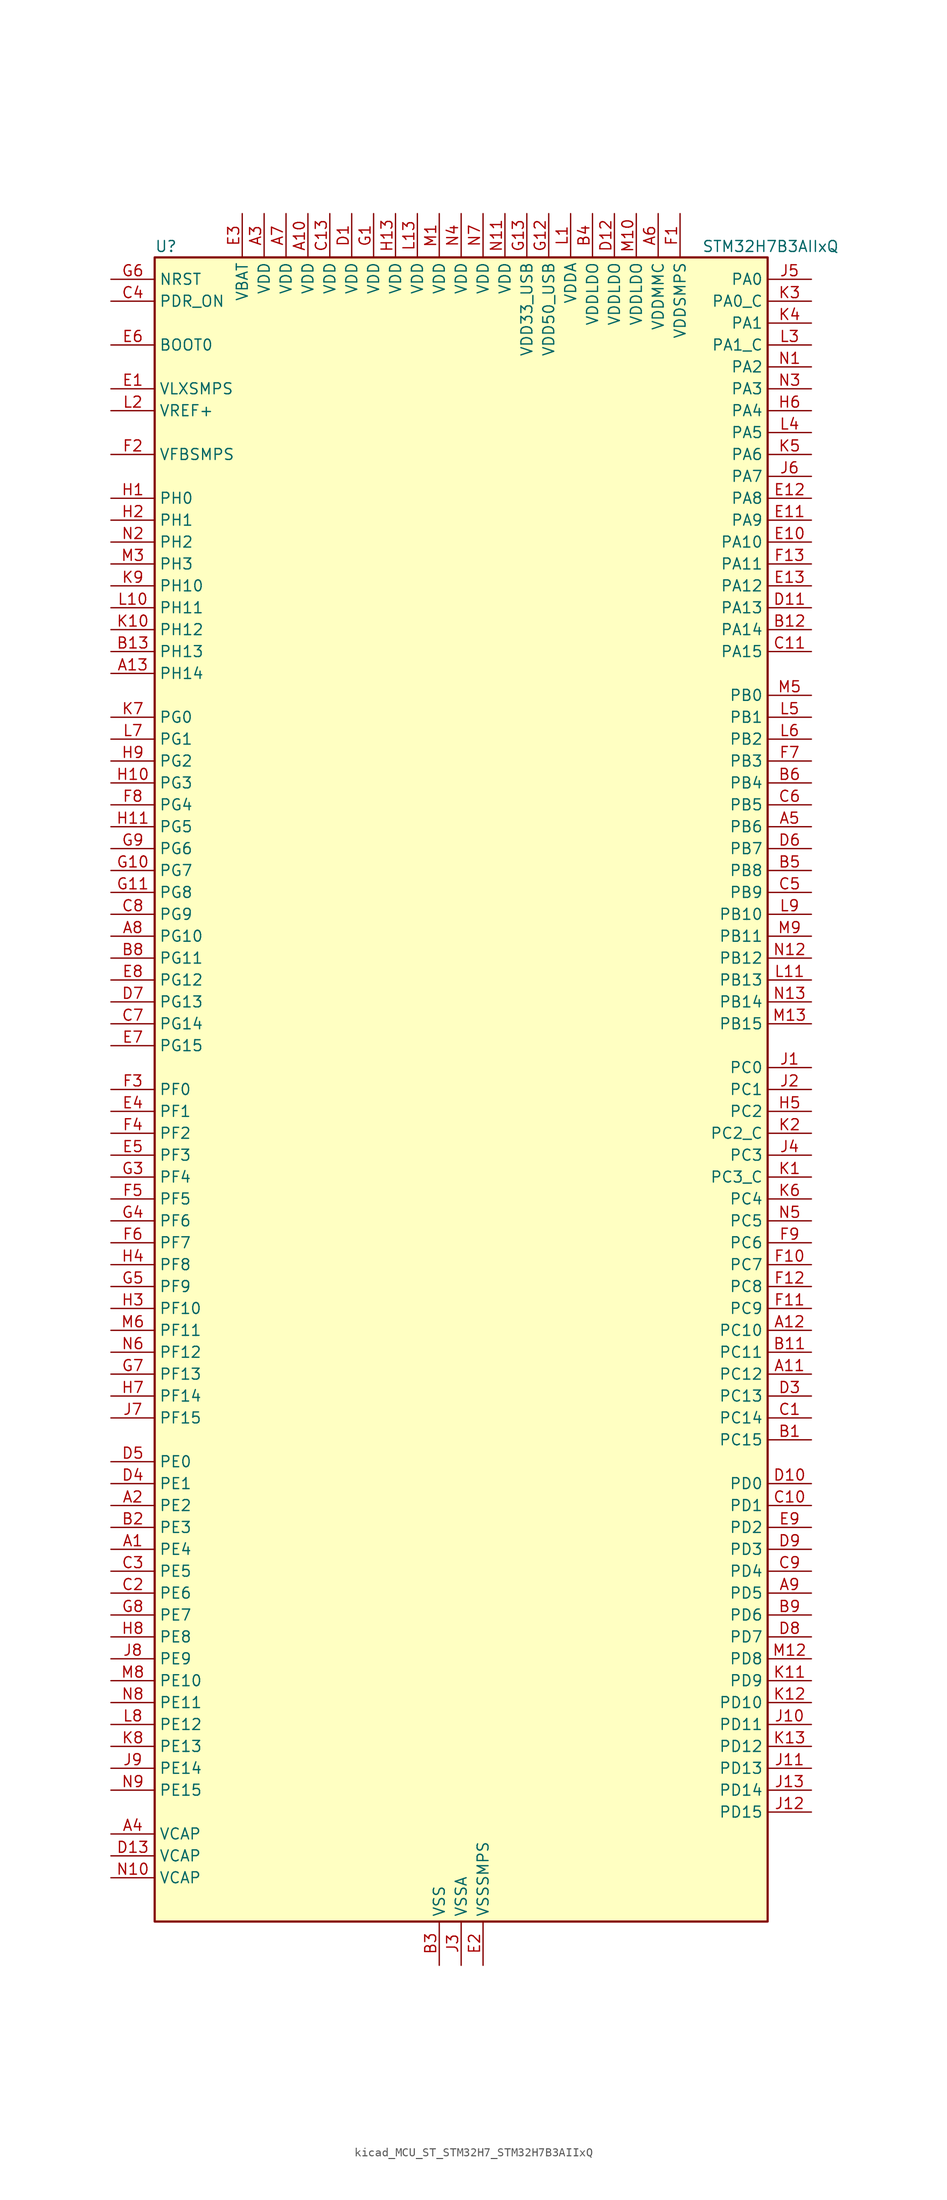
<source format=kicad_sym>
(kicad_symbol_lib
  (version 20220914)
  (generator kicad_symbol_editor)
  (symbol "kicad_MCU_ST_STM32H7_STM32H7B3AIIxQ"
    (property "Reference" "U"
      (at -35.56 97.79 0)
      (effects (font (size 1.27 1.27)) (justify left)))
    (property "Value" "STM32H7B3AIIxQ"
      (at 27.94 97.79 0)
      (effects (font (size 1.27 1.27)) (justify left)))
    (property "ki_locked" ""
      (at 0 0 0)
      (effects (font (size 1.27 1.27))))
    (symbol "kicad_MCU_ST_STM32H7_STM32H7B3AIIxQ_0_1"
      (rectangle (start -35.56 -96.52) (end 35.56 96.52) (stroke (width 0.254) (type default)) (fill (type background))))
    (symbol "kicad_MCU_ST_STM32H7_STM32H7B3AIIxQ_1_1"
      (pin bidirectional line (at -40.64 -53.34 0) (length 5.08) (name "PE4" (effects (font (size 1.27 1.27)))) (number "A1" (effects (font (size 1.27 1.27)))) (alternate "DCMI_D4" bidirectional line) (alternate "DEBUG_TRACED1" bidirectional line) (alternate "DFSDM1_DATIN3" bidirectional line) (alternate "FMC_A20" bidirectional line) (alternate "LTDC_B0" bidirectional line) (alternate "PSSI_D4" bidirectional line) (alternate "SAI1_D2" bidirectional line) (alternate "SAI1_FS_A" bidirectional line) (alternate "SPI4_NSS" bidirectional line) (alternate "TIM15_CH1N" bidirectional line))
      (pin power_in line (at -17.78 101.6 270) (length 5.08) (name "VDD" (effects (font (size 1.27 1.27)))) (number "A10" (effects (font (size 1.27 1.27)))))
      (pin bidirectional line (at 40.64 -33.02 180) (length 5.08) (name "PC12" (effects (font (size 1.27 1.27)))) (number "A11" (effects (font (size 1.27 1.27)))) (alternate "DCMI_D9" bidirectional line) (alternate "DEBUG_TRACED3" bidirectional line) (alternate "DFSDM2_CKOUT" bidirectional line) (alternate "I2S3_SDO" bidirectional line) (alternate "I2S6_CK" bidirectional line) (alternate "LTDC_R6" bidirectional line) (alternate "PSSI_D9" bidirectional line) (alternate "SDMMC1_CK" bidirectional line) (alternate "SPI3_MOSI" bidirectional line) (alternate "SPI6_SCK" bidirectional line) (alternate "TIM15_CH1" bidirectional line) (alternate "UART5_TX" bidirectional line) (alternate "USART3_CK" bidirectional line))
      (pin bidirectional line (at 40.64 -27.94 180) (length 5.08) (name "PC10" (effects (font (size 1.27 1.27)))) (number "A12" (effects (font (size 1.27 1.27)))) (alternate "DCMI_D8" bidirectional line) (alternate "DFSDM1_CKIN5" bidirectional line) (alternate "DFSDM2_CKIN0" bidirectional line) (alternate "I2S3_CK" bidirectional line) (alternate "LTDC_B1" bidirectional line) (alternate "LTDC_R2" bidirectional line) (alternate "OCTOSPIM_P1_IO1" bidirectional line) (alternate "PSSI_D8" bidirectional line) (alternate "SDMMC1_D2" bidirectional line) (alternate "SPI3_SCK" bidirectional line) (alternate "SWPMI1_RX" bidirectional line) (alternate "UART4_TX" bidirectional line) (alternate "USART3_TX" bidirectional line))
      (pin bidirectional line (at -40.64 48.26 0) (length 5.08) (name "PH14" (effects (font (size 1.27 1.27)))) (number "A13" (effects (font (size 1.27 1.27)))) (alternate "DCMI_D4" bidirectional line) (alternate "FDCAN1_RX" bidirectional line) (alternate "FMC_D22" bidirectional line) (alternate "LTDC_G3" bidirectional line) (alternate "PSSI_D4" bidirectional line) (alternate "TIM8_CH2N" bidirectional line) (alternate "UART4_RX" bidirectional line))
      (pin bidirectional line (at -40.64 -48.26 0) (length 5.08) (name "PE2" (effects (font (size 1.27 1.27)))) (number "A2" (effects (font (size 1.27 1.27)))) (alternate "DEBUG_TRACECLK" bidirectional line) (alternate "FMC_A23" bidirectional line) (alternate "OCTOSPIM_P1_IO2" bidirectional line) (alternate "SAI1_CK1" bidirectional line) (alternate "SAI1_MCLK_A" bidirectional line) (alternate "SPI4_SCK" bidirectional line) (alternate "USART10_RX" bidirectional line))
      (pin power_in line (at -22.86 101.6 270) (length 5.08) (name "VDD" (effects (font (size 1.27 1.27)))) (number "A3" (effects (font (size 1.27 1.27)))))
      (pin power_out line (at -40.64 -86.36 0) (length 5.08) (name "VCAP" (effects (font (size 1.27 1.27)))) (number "A4" (effects (font (size 1.27 1.27)))))
      (pin bidirectional line (at 40.64 30.48 180) (length 5.08) (name "PB6" (effects (font (size 1.27 1.27)))) (number "A5" (effects (font (size 1.27 1.27)))) (alternate "CEC" bidirectional line) (alternate "DCMI_D5" bidirectional line) (alternate "DFSDM1_DATIN5" bidirectional line) (alternate "FDCAN2_TX" bidirectional line) (alternate "FMC_SDNE1" bidirectional line) (alternate "I2C1_SCL" bidirectional line) (alternate "I2C4_SCL" bidirectional line) (alternate "LPUART1_TX" bidirectional line) (alternate "OCTOSPIM_P1_NCS" bidirectional line) (alternate "PSSI_D5" bidirectional line) (alternate "TIM16_CH1N" bidirectional line) (alternate "TIM4_CH1" bidirectional line) (alternate "UART5_TX" bidirectional line) (alternate "USART1_TX" bidirectional line))
      (pin power_in line (at 22.86 101.6 270) (length 5.08) (name "VDDMMC" (effects (font (size 1.27 1.27)))) (number "A6" (effects (font (size 1.27 1.27)))))
      (pin power_in line (at -20.32 101.6 270) (length 5.08) (name "VDD" (effects (font (size 1.27 1.27)))) (number "A7" (effects (font (size 1.27 1.27)))))
      (pin bidirectional line (at -40.64 17.78 0) (length 5.08) (name "PG10" (effects (font (size 1.27 1.27)))) (number "A8" (effects (font (size 1.27 1.27)))) (alternate "DCMI_D2" bidirectional line) (alternate "FMC_NE3" bidirectional line) (alternate "I2S1_WS" bidirectional line) (alternate "LTDC_B2" bidirectional line) (alternate "LTDC_G3" bidirectional line) (alternate "OCTOSPIM_P2_IO6" bidirectional line) (alternate "PSSI_D2" bidirectional line) (alternate "SAI2_SD_B" bidirectional line) (alternate "SDMMC2_D1" bidirectional line) (alternate "SPI1_NSS" bidirectional line))
      (pin bidirectional line (at 40.64 -58.42 180) (length 5.08) (name "PD5" (effects (font (size 1.27 1.27)))) (number "A9" (effects (font (size 1.27 1.27)))) (alternate "FMC_NWE" bidirectional line) (alternate "OCTOSPIM_P1_IO5" bidirectional line) (alternate "USART2_TX" bidirectional line))
      (pin bidirectional line (at 40.64 -40.64 180) (length 5.08) (name "PC15" (effects (font (size 1.27 1.27)))) (number "B1" (effects (font (size 1.27 1.27)))) (alternate "ADC1_EXTI15" bidirectional line) (alternate "ADC2_EXTI15" bidirectional line) (alternate "RCC_OSC32_OUT" bidirectional line))
      (pin passive line (at -2.54 -101.6 90) (length 5.08) hide (name "VSS" (effects (font (size 1.27 1.27)))) (number "B10" (effects (font (size 1.27 1.27)))))
      (pin bidirectional line (at 40.64 -30.48 180) (length 5.08) (name "PC11" (effects (font (size 1.27 1.27)))) (number "B11" (effects (font (size 1.27 1.27)))) (alternate "ADC1_EXTI11" bidirectional line) (alternate "ADC2_EXTI11" bidirectional line) (alternate "DCMI_D4" bidirectional line) (alternate "DFSDM1_DATIN5" bidirectional line) (alternate "DFSDM2_DATIN0" bidirectional line) (alternate "I2S3_SDI" bidirectional line) (alternate "LTDC_B4" bidirectional line) (alternate "OCTOSPIM_P1_NCS" bidirectional line) (alternate "PSSI_D4" bidirectional line) (alternate "SDMMC1_D3" bidirectional line) (alternate "SPI3_MISO" bidirectional line) (alternate "UART4_RX" bidirectional line) (alternate "USART3_RX" bidirectional line))
      (pin bidirectional line (at 40.64 53.34 180) (length 5.08) (name "PA14" (effects (font (size 1.27 1.27)))) (number "B12" (effects (font (size 1.27 1.27)))) (alternate "DEBUG_JTCK-SWCLK" bidirectional line))
      (pin bidirectional line (at -40.64 50.8 0) (length 5.08) (name "PH13" (effects (font (size 1.27 1.27)))) (number "B13" (effects (font (size 1.27 1.27)))) (alternate "FDCAN1_TX" bidirectional line) (alternate "FMC_D21" bidirectional line) (alternate "LTDC_G2" bidirectional line) (alternate "TIM8_CH1N" bidirectional line) (alternate "UART4_TX" bidirectional line))
      (pin bidirectional line (at -40.64 -50.8 0) (length 5.08) (name "PE3" (effects (font (size 1.27 1.27)))) (number "B2" (effects (font (size 1.27 1.27)))) (alternate "DEBUG_TRACED0" bidirectional line) (alternate "FMC_A19" bidirectional line) (alternate "SAI1_SD_B" bidirectional line) (alternate "TIM15_BKIN" bidirectional line) (alternate "USART10_TX" bidirectional line))
      (pin power_in line (at -2.54 -101.6 90) (length 5.08) (name "VSS" (effects (font (size 1.27 1.27)))) (number "B3" (effects (font (size 1.27 1.27)))))
      (pin power_in line (at 15.24 101.6 270) (length 5.08) (name "VDDLDO" (effects (font (size 1.27 1.27)))) (number "B4" (effects (font (size 1.27 1.27)))))
      (pin bidirectional line (at 40.64 25.4 180) (length 5.08) (name "PB8" (effects (font (size 1.27 1.27)))) (number "B5" (effects (font (size 1.27 1.27)))) (alternate "DCMI_D6" bidirectional line) (alternate "DFSDM1_CKIN7" bidirectional line) (alternate "FDCAN1_RX" bidirectional line) (alternate "I2C1_SCL" bidirectional line) (alternate "I2C4_SCL" bidirectional line) (alternate "LTDC_B6" bidirectional line) (alternate "PSSI_D6" bidirectional line) (alternate "SDMMC1_CKIN" bidirectional line) (alternate "SDMMC1_D4" bidirectional line) (alternate "SDMMC2_D4" bidirectional line) (alternate "TIM16_CH1" bidirectional line) (alternate "TIM4_CH3" bidirectional line) (alternate "UART4_RX" bidirectional line))
      (pin bidirectional line (at 40.64 35.56 180) (length 5.08) (name "PB4" (effects (font (size 1.27 1.27)))) (number "B6" (effects (font (size 1.27 1.27)))) (alternate "DEBUG_JTRST" bidirectional line) (alternate "I2S1_SDI" bidirectional line) (alternate "I2S2_WS" bidirectional line) (alternate "I2S3_SDI" bidirectional line) (alternate "I2S6_SDI" bidirectional line) (alternate "SDMMC2_D3" bidirectional line) (alternate "SPI1_MISO" bidirectional line) (alternate "SPI2_NSS" bidirectional line) (alternate "SPI3_MISO" bidirectional line) (alternate "SPI6_MISO" bidirectional line) (alternate "TIM16_BKIN" bidirectional line) (alternate "TIM3_CH1" bidirectional line) (alternate "UART7_TX" bidirectional line))
      (pin passive line (at -2.54 -101.6 90) (length 5.08) hide (name "VSS" (effects (font (size 1.27 1.27)))) (number "B7" (effects (font (size 1.27 1.27)))))
      (pin bidirectional line (at -40.64 15.24 0) (length 5.08) (name "PG11" (effects (font (size 1.27 1.27)))) (number "B8" (effects (font (size 1.27 1.27)))) (alternate "ADC1_EXTI11" bidirectional line) (alternate "ADC2_EXTI11" bidirectional line) (alternate "DCMI_D3" bidirectional line) (alternate "I2S1_CK" bidirectional line) (alternate "LPTIM1_IN2" bidirectional line) (alternate "LTDC_B3" bidirectional line) (alternate "OCTOSPIM_P2_IO7" bidirectional line) (alternate "PSSI_D3" bidirectional line) (alternate "SDMMC2_D2" bidirectional line) (alternate "SPDIFRX_IN0" bidirectional line) (alternate "SPI1_SCK" bidirectional line) (alternate "USART10_RX" bidirectional line))
      (pin bidirectional line (at 40.64 -60.96 180) (length 5.08) (name "PD6" (effects (font (size 1.27 1.27)))) (number "B9" (effects (font (size 1.27 1.27)))) (alternate "DCMI_D10" bidirectional line) (alternate "DFSDM1_CKIN4" bidirectional line) (alternate "DFSDM1_DATIN1" bidirectional line) (alternate "FMC_NWAIT" bidirectional line) (alternate "I2S3_SDO" bidirectional line) (alternate "LTDC_B2" bidirectional line) (alternate "OCTOSPIM_P1_IO6" bidirectional line) (alternate "PSSI_D10" bidirectional line) (alternate "SAI1_D1" bidirectional line) (alternate "SAI1_SD_A" bidirectional line) (alternate "SDMMC2_CK" bidirectional line) (alternate "SPI3_MOSI" bidirectional line) (alternate "USART2_RX" bidirectional line))
      (pin bidirectional line (at 40.64 -38.1 180) (length 5.08) (name "PC14" (effects (font (size 1.27 1.27)))) (number "C1" (effects (font (size 1.27 1.27)))) (alternate "RCC_OSC32_IN" bidirectional line))
      (pin bidirectional line (at 40.64 -48.26 180) (length 5.08) (name "PD1" (effects (font (size 1.27 1.27)))) (number "C10" (effects (font (size 1.27 1.27)))) (alternate "DFSDM1_DATIN6" bidirectional line) (alternate "FDCAN1_TX" bidirectional line) (alternate "FMC_D3" bidirectional line) (alternate "FMC_DA3" bidirectional line) (alternate "UART4_TX" bidirectional line))
      (pin bidirectional line (at 40.64 50.8 180) (length 5.08) (name "PA15" (effects (font (size 1.27 1.27)))) (number "C11" (effects (font (size 1.27 1.27)))) (alternate "ADC1_EXTI15" bidirectional line) (alternate "ADC2_EXTI15" bidirectional line) (alternate "CEC" bidirectional line) (alternate "DEBUG_JTDI" bidirectional line) (alternate "I2S1_WS" bidirectional line) (alternate "I2S3_WS" bidirectional line) (alternate "I2S6_WS" bidirectional line) (alternate "LTDC_B6" bidirectional line) (alternate "LTDC_R3" bidirectional line) (alternate "SPI1_NSS" bidirectional line) (alternate "SPI3_NSS" bidirectional line) (alternate "SPI6_NSS" bidirectional line) (alternate "TIM2_CH1" bidirectional line) (alternate "TIM2_ETR" bidirectional line) (alternate "UART4_DE" bidirectional line) (alternate "UART4_RTS" bidirectional line) (alternate "UART7_TX" bidirectional line))
      (pin passive line (at -2.54 -101.6 90) (length 5.08) hide (name "VSS" (effects (font (size 1.27 1.27)))) (number "C12" (effects (font (size 1.27 1.27)))))
      (pin power_in line (at -15.24 101.6 270) (length 5.08) (name "VDD" (effects (font (size 1.27 1.27)))) (number "C13" (effects (font (size 1.27 1.27)))))
      (pin bidirectional line (at -40.64 -58.42 0) (length 5.08) (name "PE6" (effects (font (size 1.27 1.27)))) (number "C2" (effects (font (size 1.27 1.27)))) (alternate "DCMI_D7" bidirectional line) (alternate "DEBUG_TRACED3" bidirectional line) (alternate "FMC_A22" bidirectional line) (alternate "LTDC_G1" bidirectional line) (alternate "PSSI_D7" bidirectional line) (alternate "SAI1_D1" bidirectional line) (alternate "SAI1_SD_A" bidirectional line) (alternate "SAI2_MCLK_B" bidirectional line) (alternate "SPI4_MOSI" bidirectional line) (alternate "TIM15_CH2" bidirectional line) (alternate "TIM1_BKIN2" bidirectional line) (alternate "TIM1_BKIN2_COMP1" bidirectional line) (alternate "TIM1_BKIN2_COMP2" bidirectional line))
      (pin bidirectional line (at -40.64 -55.88 0) (length 5.08) (name "PE5" (effects (font (size 1.27 1.27)))) (number "C3" (effects (font (size 1.27 1.27)))) (alternate "DCMI_D6" bidirectional line) (alternate "DEBUG_TRACED2" bidirectional line) (alternate "DFSDM1_CKIN3" bidirectional line) (alternate "FMC_A21" bidirectional line) (alternate "LTDC_G0" bidirectional line) (alternate "PSSI_D6" bidirectional line) (alternate "SAI1_CK2" bidirectional line) (alternate "SAI1_SCK_A" bidirectional line) (alternate "SPI4_MISO" bidirectional line) (alternate "TIM15_CH1" bidirectional line))
      (pin input line (at -40.64 91.44 0) (length 5.08) (name "PDR_ON" (effects (font (size 1.27 1.27)))) (number "C4" (effects (font (size 1.27 1.27)))))
      (pin bidirectional line (at 40.64 22.86 180) (length 5.08) (name "PB9" (effects (font (size 1.27 1.27)))) (number "C5" (effects (font (size 1.27 1.27)))) (alternate "DAC1_EXTI9" bidirectional line) (alternate "DCMI_D7" bidirectional line) (alternate "DFSDM1_DATIN7" bidirectional line) (alternate "FDCAN1_TX" bidirectional line) (alternate "I2C1_SDA" bidirectional line) (alternate "I2C4_SDA" bidirectional line) (alternate "I2C4_SMBA" bidirectional line) (alternate "I2S2_WS" bidirectional line) (alternate "LTDC_B7" bidirectional line) (alternate "PSSI_D7" bidirectional line) (alternate "SDMMC1_CDIR" bidirectional line) (alternate "SDMMC1_D5" bidirectional line) (alternate "SDMMC2_D5" bidirectional line) (alternate "SPI2_NSS" bidirectional line) (alternate "TIM17_CH1" bidirectional line) (alternate "TIM4_CH4" bidirectional line) (alternate "UART4_TX" bidirectional line))
      (pin bidirectional line (at 40.64 33.02 180) (length 5.08) (name "PB5" (effects (font (size 1.27 1.27)))) (number "C6" (effects (font (size 1.27 1.27)))) (alternate "DCMI_D10" bidirectional line) (alternate "FDCAN2_RX" bidirectional line) (alternate "FMC_SDCKE1" bidirectional line) (alternate "I2C1_SMBA" bidirectional line) (alternate "I2C4_SMBA" bidirectional line) (alternate "I2S1_SDO" bidirectional line) (alternate "I2S3_SDO" bidirectional line) (alternate "I2S6_SDO" bidirectional line) (alternate "LTDC_B5" bidirectional line) (alternate "PSSI_D10" bidirectional line) (alternate "SPI1_MOSI" bidirectional line) (alternate "SPI3_MOSI" bidirectional line) (alternate "SPI6_MOSI" bidirectional line) (alternate "TIM17_BKIN" bidirectional line) (alternate "TIM3_CH2" bidirectional line) (alternate "UART5_RX" bidirectional line) (alternate "USB_OTG_HS_ULPI_D7" bidirectional line))
      (pin bidirectional line (at -40.64 7.62 0) (length 5.08) (name "PG14" (effects (font (size 1.27 1.27)))) (number "C7" (effects (font (size 1.27 1.27)))) (alternate "DEBUG_TRACED1" bidirectional line) (alternate "FMC_A25" bidirectional line) (alternate "I2S6_SDO" bidirectional line) (alternate "LPTIM1_ETR" bidirectional line) (alternate "LTDC_B0" bidirectional line) (alternate "OCTOSPIM_P1_IO7" bidirectional line) (alternate "SDMMC2_D7" bidirectional line) (alternate "SPI6_MOSI" bidirectional line) (alternate "USART10_DE" bidirectional line) (alternate "USART10_RTS" bidirectional line) (alternate "USART6_TX" bidirectional line))
      (pin bidirectional line (at -40.64 20.32 0) (length 5.08) (name "PG9" (effects (font (size 1.27 1.27)))) (number "C8" (effects (font (size 1.27 1.27)))) (alternate "DAC1_EXTI9" bidirectional line) (alternate "DCMI_VSYNC" bidirectional line) (alternate "FMC_NCE" bidirectional line) (alternate "FMC_NE2" bidirectional line) (alternate "I2S1_SDI" bidirectional line) (alternate "OCTOSPIM_P1_IO6" bidirectional line) (alternate "PSSI_RDY" bidirectional line) (alternate "SAI2_FS_B" bidirectional line) (alternate "SDMMC2_D0" bidirectional line) (alternate "SPDIFRX_IN3" bidirectional line) (alternate "SPI1_MISO" bidirectional line) (alternate "USART6_RX" bidirectional line))
      (pin bidirectional line (at 40.64 -55.88 180) (length 5.08) (name "PD4" (effects (font (size 1.27 1.27)))) (number "C9" (effects (font (size 1.27 1.27)))) (alternate "FMC_NOE" bidirectional line) (alternate "OCTOSPIM_P1_IO4" bidirectional line) (alternate "USART2_DE" bidirectional line) (alternate "USART2_RTS" bidirectional line))
      (pin power_in line (at -12.7 101.6 270) (length 5.08) (name "VDD" (effects (font (size 1.27 1.27)))) (number "D1" (effects (font (size 1.27 1.27)))))
      (pin bidirectional line (at 40.64 -45.72 180) (length 5.08) (name "PD0" (effects (font (size 1.27 1.27)))) (number "D10" (effects (font (size 1.27 1.27)))) (alternate "DFSDM1_CKIN6" bidirectional line) (alternate "FDCAN1_RX" bidirectional line) (alternate "FMC_D2" bidirectional line) (alternate "FMC_DA2" bidirectional line) (alternate "LTDC_B1" bidirectional line) (alternate "UART4_RX" bidirectional line) (alternate "UART9_CTS" bidirectional line))
      (pin bidirectional line (at 40.64 55.88 180) (length 5.08) (name "PA13" (effects (font (size 1.27 1.27)))) (number "D11" (effects (font (size 1.27 1.27)))) (alternate "DEBUG_JTMS-SWDIO" bidirectional line))
      (pin power_in line (at 17.78 101.6 270) (length 5.08) (name "VDDLDO" (effects (font (size 1.27 1.27)))) (number "D12" (effects (font (size 1.27 1.27)))))
      (pin power_out line (at -40.64 -88.9 0) (length 5.08) (name "VCAP" (effects (font (size 1.27 1.27)))) (number "D13" (effects (font (size 1.27 1.27)))))
      (pin passive line (at -2.54 -101.6 90) (length 5.08) hide (name "VSS" (effects (font (size 1.27 1.27)))) (number "D2" (effects (font (size 1.27 1.27)))))
      (pin bidirectional line (at 40.64 -35.56 180) (length 5.08) (name "PC13" (effects (font (size 1.27 1.27)))) (number "D3" (effects (font (size 1.27 1.27)))) (alternate "PWR_WKUP4" bidirectional line) (alternate "RTC_OUT_ALARM" bidirectional line) (alternate "RTC_OUT_CALIB" bidirectional line) (alternate "RTC_TAMP1" bidirectional line) (alternate "RTC_TS" bidirectional line))
      (pin bidirectional line (at -40.64 -45.72 0) (length 5.08) (name "PE1" (effects (font (size 1.27 1.27)))) (number "D4" (effects (font (size 1.27 1.27)))) (alternate "DCMI_D3" bidirectional line) (alternate "FMC_NBL1" bidirectional line) (alternate "LPTIM1_IN2" bidirectional line) (alternate "LTDC_R6" bidirectional line) (alternate "PSSI_D3" bidirectional line) (alternate "UART8_TX" bidirectional line))
      (pin bidirectional line (at -40.64 -43.18 0) (length 5.08) (name "PE0" (effects (font (size 1.27 1.27)))) (number "D5" (effects (font (size 1.27 1.27)))) (alternate "DCMI_D2" bidirectional line) (alternate "FMC_NBL0" bidirectional line) (alternate "LPTIM1_ETR" bidirectional line) (alternate "LPTIM2_ETR" bidirectional line) (alternate "LTDC_R0" bidirectional line) (alternate "PSSI_D2" bidirectional line) (alternate "SAI2_MCLK_A" bidirectional line) (alternate "TIM4_ETR" bidirectional line) (alternate "UART8_RX" bidirectional line))
      (pin bidirectional line (at 40.64 27.94 180) (length 5.08) (name "PB7" (effects (font (size 1.27 1.27)))) (number "D6" (effects (font (size 1.27 1.27)))) (alternate "DCMI_VSYNC" bidirectional line) (alternate "DFSDM1_CKIN5" bidirectional line) (alternate "FMC_NL" bidirectional line) (alternate "I2C1_SDA" bidirectional line) (alternate "I2C4_SDA" bidirectional line) (alternate "LPUART1_RX" bidirectional line) (alternate "PSSI_RDY" bidirectional line) (alternate "PWR_PVD_IN" bidirectional line) (alternate "TIM17_CH1N" bidirectional line) (alternate "TIM4_CH2" bidirectional line) (alternate "USART1_RX" bidirectional line))
      (pin bidirectional line (at -40.64 10.16 0) (length 5.08) (name "PG13" (effects (font (size 1.27 1.27)))) (number "D7" (effects (font (size 1.27 1.27)))) (alternate "DEBUG_TRACED0" bidirectional line) (alternate "FMC_A24" bidirectional line) (alternate "I2S6_CK" bidirectional line) (alternate "LPTIM1_OUT" bidirectional line) (alternate "LTDC_R0" bidirectional line) (alternate "SDMMC2_D6" bidirectional line) (alternate "SPI6_SCK" bidirectional line) (alternate "USART10_CTS" bidirectional line) (alternate "USART10_NSS" bidirectional line) (alternate "USART6_CTS" bidirectional line) (alternate "USART6_NSS" bidirectional line))
      (pin bidirectional line (at 40.64 -63.5 180) (length 5.08) (name "PD7" (effects (font (size 1.27 1.27)))) (number "D8" (effects (font (size 1.27 1.27)))) (alternate "DFSDM1_CKIN1" bidirectional line) (alternate "DFSDM1_DATIN4" bidirectional line) (alternate "FMC_NE1" bidirectional line) (alternate "I2S1_SDO" bidirectional line) (alternate "OCTOSPIM_P1_IO7" bidirectional line) (alternate "SDMMC2_CMD" bidirectional line) (alternate "SPDIFRX_IN0" bidirectional line) (alternate "SPI1_MOSI" bidirectional line) (alternate "USART2_CK" bidirectional line))
      (pin bidirectional line (at 40.64 -53.34 180) (length 5.08) (name "PD3" (effects (font (size 1.27 1.27)))) (number "D9" (effects (font (size 1.27 1.27)))) (alternate "DCMI_D5" bidirectional line) (alternate "DFSDM1_CKOUT" bidirectional line) (alternate "FMC_CLK" bidirectional line) (alternate "I2S2_CK" bidirectional line) (alternate "LTDC_G7" bidirectional line) (alternate "PSSI_D5" bidirectional line) (alternate "SPI2_SCK" bidirectional line) (alternate "USART2_CTS" bidirectional line) (alternate "USART2_NSS" bidirectional line))
      (pin power_in line (at -40.64 81.28 0) (length 5.08) (name "VLXSMPS" (effects (font (size 1.27 1.27)))) (number "E1" (effects (font (size 1.27 1.27)))))
      (pin bidirectional line (at 40.64 63.5 180) (length 5.08) (name "PA10" (effects (font (size 1.27 1.27)))) (number "E10" (effects (font (size 1.27 1.27)))) (alternate "DCMI_D1" bidirectional line) (alternate "LPUART1_RX" bidirectional line) (alternate "LTDC_B1" bidirectional line) (alternate "LTDC_B4" bidirectional line) (alternate "MDIOS_MDIO" bidirectional line) (alternate "PSSI_D1" bidirectional line) (alternate "TIM1_CH3" bidirectional line) (alternate "USART1_RX" bidirectional line) (alternate "USB_OTG_HS_ID" bidirectional line))
      (pin bidirectional line (at 40.64 66.04 180) (length 5.08) (name "PA9" (effects (font (size 1.27 1.27)))) (number "E11" (effects (font (size 1.27 1.27)))) (alternate "DAC1_EXTI9" bidirectional line) (alternate "DCMI_D0" bidirectional line) (alternate "I2C3_SMBA" bidirectional line) (alternate "I2S2_CK" bidirectional line) (alternate "LPUART1_TX" bidirectional line) (alternate "LTDC_R5" bidirectional line) (alternate "PSSI_D0" bidirectional line) (alternate "SPI2_SCK" bidirectional line) (alternate "TIM1_CH2" bidirectional line) (alternate "USART1_TX" bidirectional line) (alternate "USB_OTG_HS_VBUS" bidirectional line))
      (pin bidirectional line (at 40.64 68.58 180) (length 5.08) (name "PA8" (effects (font (size 1.27 1.27)))) (number "E12" (effects (font (size 1.27 1.27)))) (alternate "I2C3_SCL" bidirectional line) (alternate "LTDC_B3" bidirectional line) (alternate "LTDC_R6" bidirectional line) (alternate "RCC_MCO_1" bidirectional line) (alternate "TIM1_CH1" bidirectional line) (alternate "TIM8_BKIN2" bidirectional line) (alternate "TIM8_BKIN2_COMP1" bidirectional line) (alternate "TIM8_BKIN2_COMP2" bidirectional line) (alternate "UART7_RX" bidirectional line) (alternate "USART1_CK" bidirectional line) (alternate "USB_OTG_HS_SOF" bidirectional line))
      (pin bidirectional line (at 40.64 58.42 180) (length 5.08) (name "PA12" (effects (font (size 1.27 1.27)))) (number "E13" (effects (font (size 1.27 1.27)))) (alternate "FDCAN1_TX" bidirectional line) (alternate "I2S2_CK" bidirectional line) (alternate "LPUART1_DE" bidirectional line) (alternate "LPUART1_RTS" bidirectional line) (alternate "LTDC_R5" bidirectional line) (alternate "SAI2_FS_B" bidirectional line) (alternate "SPI2_SCK" bidirectional line) (alternate "TIM1_ETR" bidirectional line) (alternate "UART4_TX" bidirectional line) (alternate "USART1_DE" bidirectional line) (alternate "USART1_RTS" bidirectional line) (alternate "USB_OTG_HS_DP" bidirectional line))
      (pin power_in line (at 2.54 -101.6 90) (length 5.08) (name "VSSSMPS" (effects (font (size 1.27 1.27)))) (number "E2" (effects (font (size 1.27 1.27)))))
      (pin power_in line (at -25.4 101.6 270) (length 5.08) (name "VBAT" (effects (font (size 1.27 1.27)))) (number "E3" (effects (font (size 1.27 1.27)))))
      (pin bidirectional line (at -40.64 -2.54 0) (length 5.08) (name "PF1" (effects (font (size 1.27 1.27)))) (number "E4" (effects (font (size 1.27 1.27)))) (alternate "FMC_A1" bidirectional line) (alternate "I2C2_SCL" bidirectional line) (alternate "OCTOSPIM_P2_IO1" bidirectional line))
      (pin bidirectional line (at -40.64 -7.62 0) (length 5.08) (name "PF3" (effects (font (size 1.27 1.27)))) (number "E5" (effects (font (size 1.27 1.27)))) (alternate "FMC_A3" bidirectional line) (alternate "OCTOSPIM_P2_IO3" bidirectional line))
      (pin input line (at -40.64 86.36 0) (length 5.08) (name "BOOT0" (effects (font (size 1.27 1.27)))) (number "E6" (effects (font (size 1.27 1.27)))))
      (pin bidirectional line (at -40.64 5.08 0) (length 5.08) (name "PG15" (effects (font (size 1.27 1.27)))) (number "E7" (effects (font (size 1.27 1.27)))) (alternate "ADC1_EXTI15" bidirectional line) (alternate "ADC2_EXTI15" bidirectional line) (alternate "DCMI_D13" bidirectional line) (alternate "FMC_SDNCAS" bidirectional line) (alternate "OCTOSPIM_P2_DQS" bidirectional line) (alternate "PSSI_D13" bidirectional line) (alternate "USART10_CK" bidirectional line) (alternate "USART6_CTS" bidirectional line) (alternate "USART6_NSS" bidirectional line))
      (pin bidirectional line (at -40.64 12.7 0) (length 5.08) (name "PG12" (effects (font (size 1.27 1.27)))) (number "E8" (effects (font (size 1.27 1.27)))) (alternate "FMC_NE4" bidirectional line) (alternate "I2S6_SDI" bidirectional line) (alternate "LPTIM1_IN1" bidirectional line) (alternate "LTDC_B1" bidirectional line) (alternate "LTDC_B4" bidirectional line) (alternate "OCTOSPIM_P2_NCS" bidirectional line) (alternate "SDMMC2_D3" bidirectional line) (alternate "SPDIFRX_IN1" bidirectional line) (alternate "SPI6_MISO" bidirectional line) (alternate "USART10_TX" bidirectional line) (alternate "USART6_DE" bidirectional line) (alternate "USART6_RTS" bidirectional line))
      (pin bidirectional line (at 40.64 -50.8 180) (length 5.08) (name "PD2" (effects (font (size 1.27 1.27)))) (number "E9" (effects (font (size 1.27 1.27)))) (alternate "DCMI_D11" bidirectional line) (alternate "DEBUG_TRACED2" bidirectional line) (alternate "LTDC_B2" bidirectional line) (alternate "LTDC_B7" bidirectional line) (alternate "PSSI_D11" bidirectional line) (alternate "SDMMC1_CMD" bidirectional line) (alternate "TIM15_BKIN" bidirectional line) (alternate "TIM3_ETR" bidirectional line) (alternate "UART5_RX" bidirectional line))
      (pin power_in line (at 25.4 101.6 270) (length 5.08) (name "VDDSMPS" (effects (font (size 1.27 1.27)))) (number "F1" (effects (font (size 1.27 1.27)))))
      (pin bidirectional line (at 40.64 -20.32 180) (length 5.08) (name "PC7" (effects (font (size 1.27 1.27)))) (number "F10" (effects (font (size 1.27 1.27)))) (alternate "DCMI_D1" bidirectional line) (alternate "DEBUG_TRGIO" bidirectional line) (alternate "DFSDM1_DATIN3" bidirectional line) (alternate "FMC_NE1" bidirectional line) (alternate "I2S3_MCK" bidirectional line) (alternate "LTDC_G6" bidirectional line) (alternate "PSSI_D1" bidirectional line) (alternate "SDMMC1_D123DIR" bidirectional line) (alternate "SDMMC1_D7" bidirectional line) (alternate "SDMMC2_D7" bidirectional line) (alternate "SWPMI1_TX" bidirectional line) (alternate "TIM3_CH2" bidirectional line) (alternate "TIM8_CH2" bidirectional line) (alternate "USART6_RX" bidirectional line))
      (pin bidirectional line (at 40.64 -25.4 180) (length 5.08) (name "PC9" (effects (font (size 1.27 1.27)))) (number "F11" (effects (font (size 1.27 1.27)))) (alternate "DAC1_EXTI9" bidirectional line) (alternate "DCMI_D3" bidirectional line) (alternate "I2C3_SDA" bidirectional line) (alternate "I2S_CKIN" bidirectional line) (alternate "LTDC_B2" bidirectional line) (alternate "LTDC_G3" bidirectional line) (alternate "OCTOSPIM_P1_IO0" bidirectional line) (alternate "PSSI_D3" bidirectional line) (alternate "RCC_MCO_2" bidirectional line) (alternate "SDMMC1_D1" bidirectional line) (alternate "SWPMI1_SUSPEND" bidirectional line) (alternate "TIM3_CH4" bidirectional line) (alternate "TIM8_CH4" bidirectional line) (alternate "UART5_CTS" bidirectional line))
      (pin bidirectional line (at 40.64 -22.86 180) (length 5.08) (name "PC8" (effects (font (size 1.27 1.27)))) (number "F12" (effects (font (size 1.27 1.27)))) (alternate "DCMI_D2" bidirectional line) (alternate "DEBUG_TRACED1" bidirectional line) (alternate "FMC_INT" bidirectional line) (alternate "FMC_NCE" bidirectional line) (alternate "FMC_NE2" bidirectional line) (alternate "PSSI_D2" bidirectional line) (alternate "SDMMC1_D0" bidirectional line) (alternate "SWPMI1_RX" bidirectional line) (alternate "TIM3_CH3" bidirectional line) (alternate "TIM8_CH3" bidirectional line) (alternate "UART5_DE" bidirectional line) (alternate "UART5_RTS" bidirectional line) (alternate "USART6_CK" bidirectional line))
      (pin bidirectional line (at 40.64 60.96 180) (length 5.08) (name "PA11" (effects (font (size 1.27 1.27)))) (number "F13" (effects (font (size 1.27 1.27)))) (alternate "ADC1_EXTI11" bidirectional line) (alternate "ADC2_EXTI11" bidirectional line) (alternate "FDCAN1_RX" bidirectional line) (alternate "I2S2_WS" bidirectional line) (alternate "LPUART1_CTS" bidirectional line) (alternate "LTDC_R4" bidirectional line) (alternate "SPI2_NSS" bidirectional line) (alternate "TIM1_CH4" bidirectional line) (alternate "UART4_RX" bidirectional line) (alternate "USART1_CTS" bidirectional line) (alternate "USART1_NSS" bidirectional line) (alternate "USB_OTG_HS_DM" bidirectional line))
      (pin input line (at -40.64 73.66 0) (length 5.08) (name "VFBSMPS" (effects (font (size 1.27 1.27)))) (number "F2" (effects (font (size 1.27 1.27)))))
      (pin bidirectional line (at -40.64 0 0) (length 5.08) (name "PF0" (effects (font (size 1.27 1.27)))) (number "F3" (effects (font (size 1.27 1.27)))) (alternate "FMC_A0" bidirectional line) (alternate "I2C2_SDA" bidirectional line) (alternate "OCTOSPIM_P2_IO0" bidirectional line))
      (pin bidirectional line (at -40.64 -5.08 0) (length 5.08) (name "PF2" (effects (font (size 1.27 1.27)))) (number "F4" (effects (font (size 1.27 1.27)))) (alternate "FMC_A2" bidirectional line) (alternate "I2C2_SMBA" bidirectional line) (alternate "OCTOSPIM_P2_IO2" bidirectional line))
      (pin bidirectional line (at -40.64 -12.7 0) (length 5.08) (name "PF5" (effects (font (size 1.27 1.27)))) (number "F5" (effects (font (size 1.27 1.27)))) (alternate "FMC_A5" bidirectional line) (alternate "OCTOSPIM_P2_NCLK" bidirectional line))
      (pin bidirectional line (at -40.64 -17.78 0) (length 5.08) (name "PF7" (effects (font (size 1.27 1.27)))) (number "F6" (effects (font (size 1.27 1.27)))) (alternate "OCTOSPIM_P1_IO2" bidirectional line) (alternate "SAI1_MCLK_B" bidirectional line) (alternate "SPI5_SCK" bidirectional line) (alternate "TIM17_CH1" bidirectional line) (alternate "UART7_TX" bidirectional line))
      (pin bidirectional line (at 40.64 38.1 180) (length 5.08) (name "PB3" (effects (font (size 1.27 1.27)))) (number "F7" (effects (font (size 1.27 1.27)))) (alternate "CRS_SYNC" bidirectional line) (alternate "DEBUG_JTDO-SWO" bidirectional line) (alternate "I2S1_CK" bidirectional line) (alternate "I2S3_CK" bidirectional line) (alternate "I2S6_CK" bidirectional line) (alternate "SDMMC2_D2" bidirectional line) (alternate "SPI1_SCK" bidirectional line) (alternate "SPI3_SCK" bidirectional line) (alternate "SPI6_SCK" bidirectional line) (alternate "TIM2_CH2" bidirectional line) (alternate "UART7_RX" bidirectional line))
      (pin bidirectional line (at -40.64 33.02 0) (length 5.08) (name "PG4" (effects (font (size 1.27 1.27)))) (number "F8" (effects (font (size 1.27 1.27)))) (alternate "FMC_A14" bidirectional line) (alternate "FMC_BA0" bidirectional line) (alternate "TIM1_BKIN2" bidirectional line) (alternate "TIM1_BKIN2_COMP1" bidirectional line) (alternate "TIM1_BKIN2_COMP2" bidirectional line))
      (pin bidirectional line (at 40.64 -17.78 180) (length 5.08) (name "PC6" (effects (font (size 1.27 1.27)))) (number "F9" (effects (font (size 1.27 1.27)))) (alternate "DCMI_D0" bidirectional line) (alternate "DFSDM1_CKIN3" bidirectional line) (alternate "FMC_NWAIT" bidirectional line) (alternate "I2S2_MCK" bidirectional line) (alternate "LTDC_HSYNC" bidirectional line) (alternate "PSSI_D0" bidirectional line) (alternate "SDMMC1_D0DIR" bidirectional line) (alternate "SDMMC1_D6" bidirectional line) (alternate "SDMMC2_D6" bidirectional line) (alternate "SWPMI1_IO" bidirectional line) (alternate "TIM3_CH1" bidirectional line) (alternate "TIM8_CH1" bidirectional line) (alternate "USART6_TX" bidirectional line))
      (pin power_in line (at -10.16 101.6 270) (length 5.08) (name "VDD" (effects (font (size 1.27 1.27)))) (number "G1" (effects (font (size 1.27 1.27)))))
      (pin bidirectional line (at -40.64 25.4 0) (length 5.08) (name "PG7" (effects (font (size 1.27 1.27)))) (number "G10" (effects (font (size 1.27 1.27)))) (alternate "DCMI_D13" bidirectional line) (alternate "FMC_INT" bidirectional line) (alternate "LTDC_CLK" bidirectional line) (alternate "OCTOSPIM_P2_DQS" bidirectional line) (alternate "PSSI_D13" bidirectional line) (alternate "SAI1_MCLK_A" bidirectional line) (alternate "USART6_CK" bidirectional line))
      (pin bidirectional line (at -40.64 22.86 0) (length 5.08) (name "PG8" (effects (font (size 1.27 1.27)))) (number "G11" (effects (font (size 1.27 1.27)))) (alternate "FMC_SDCLK" bidirectional line) (alternate "I2S6_WS" bidirectional line) (alternate "LTDC_G7" bidirectional line) (alternate "SPDIFRX_IN2" bidirectional line) (alternate "SPI6_NSS" bidirectional line) (alternate "TIM8_ETR" bidirectional line) (alternate "USART6_DE" bidirectional line) (alternate "USART6_RTS" bidirectional line))
      (pin power_in line (at 10.16 101.6 270) (length 5.08) (name "VDD50_USB" (effects (font (size 1.27 1.27)))) (number "G12" (effects (font (size 1.27 1.27)))))
      (pin power_in line (at 7.62 101.6 270) (length 5.08) (name "VDD33_USB" (effects (font (size 1.27 1.27)))) (number "G13" (effects (font (size 1.27 1.27)))))
      (pin passive line (at -2.54 -101.6 90) (length 5.08) hide (name "VSS" (effects (font (size 1.27 1.27)))) (number "G2" (effects (font (size 1.27 1.27)))))
      (pin bidirectional line (at -40.64 -10.16 0) (length 5.08) (name "PF4" (effects (font (size 1.27 1.27)))) (number "G3" (effects (font (size 1.27 1.27)))) (alternate "FMC_A4" bidirectional line) (alternate "OCTOSPIM_P2_CLK" bidirectional line))
      (pin bidirectional line (at -40.64 -15.24 0) (length 5.08) (name "PF6" (effects (font (size 1.27 1.27)))) (number "G4" (effects (font (size 1.27 1.27)))) (alternate "OCTOSPIM_P1_IO3" bidirectional line) (alternate "SAI1_SD_B" bidirectional line) (alternate "SPI5_NSS" bidirectional line) (alternate "TIM16_CH1" bidirectional line) (alternate "UART7_RX" bidirectional line))
      (pin bidirectional line (at -40.64 -22.86 0) (length 5.08) (name "PF9" (effects (font (size 1.27 1.27)))) (number "G5" (effects (font (size 1.27 1.27)))) (alternate "DAC1_EXTI9" bidirectional line) (alternate "OCTOSPIM_P1_IO1" bidirectional line) (alternate "SAI1_FS_B" bidirectional line) (alternate "SPI5_MOSI" bidirectional line) (alternate "TIM14_CH1" bidirectional line) (alternate "TIM17_CH1N" bidirectional line) (alternate "UART7_CTS" bidirectional line))
      (pin input line (at -40.64 93.98 0) (length 5.08) (name "NRST" (effects (font (size 1.27 1.27)))) (number "G6" (effects (font (size 1.27 1.27)))))
      (pin bidirectional line (at -40.64 -33.02 0) (length 5.08) (name "PF13" (effects (font (size 1.27 1.27)))) (number "G7" (effects (font (size 1.27 1.27)))) (alternate "ADC2_INP2" bidirectional line) (alternate "DFSDM1_DATIN6" bidirectional line) (alternate "FMC_A7" bidirectional line) (alternate "I2C4_SMBA" bidirectional line))
      (pin bidirectional line (at -40.64 -60.96 0) (length 5.08) (name "PE7" (effects (font (size 1.27 1.27)))) (number "G8" (effects (font (size 1.27 1.27)))) (alternate "COMP2_INM" bidirectional line) (alternate "DFSDM1_DATIN2" bidirectional line) (alternate "FMC_D4" bidirectional line) (alternate "FMC_DA4" bidirectional line) (alternate "OCTOSPIM_P1_IO4" bidirectional line) (alternate "OPAMP2_VOUT" bidirectional line) (alternate "TIM1_ETR" bidirectional line) (alternate "UART7_RX" bidirectional line))
      (pin bidirectional line (at -40.64 27.94 0) (length 5.08) (name "PG6" (effects (font (size 1.27 1.27)))) (number "G9" (effects (font (size 1.27 1.27)))) (alternate "DCMI_D12" bidirectional line) (alternate "FMC_NE3" bidirectional line) (alternate "LTDC_R7" bidirectional line) (alternate "OCTOSPIM_P1_NCS" bidirectional line) (alternate "PSSI_D12" bidirectional line) (alternate "TIM17_BKIN" bidirectional line))
      (pin bidirectional line (at -40.64 68.58 0) (length 5.08) (name "PH0" (effects (font (size 1.27 1.27)))) (number "H1" (effects (font (size 1.27 1.27)))) (alternate "RCC_OSC_IN" bidirectional line))
      (pin bidirectional line (at -40.64 35.56 0) (length 5.08) (name "PG3" (effects (font (size 1.27 1.27)))) (number "H10" (effects (font (size 1.27 1.27)))) (alternate "FMC_A13" bidirectional line) (alternate "TIM8_BKIN2" bidirectional line) (alternate "TIM8_BKIN2_COMP1" bidirectional line) (alternate "TIM8_BKIN2_COMP2" bidirectional line))
      (pin bidirectional line (at -40.64 30.48 0) (length 5.08) (name "PG5" (effects (font (size 1.27 1.27)))) (number "H11" (effects (font (size 1.27 1.27)))) (alternate "FMC_A15" bidirectional line) (alternate "FMC_BA1" bidirectional line) (alternate "TIM1_ETR" bidirectional line))
      (pin passive line (at -2.54 -101.6 90) (length 5.08) hide (name "VSS" (effects (font (size 1.27 1.27)))) (number "H12" (effects (font (size 1.27 1.27)))))
      (pin power_in line (at -7.62 101.6 270) (length 5.08) (name "VDD" (effects (font (size 1.27 1.27)))) (number "H13" (effects (font (size 1.27 1.27)))))
      (pin bidirectional line (at -40.64 66.04 0) (length 5.08) (name "PH1" (effects (font (size 1.27 1.27)))) (number "H2" (effects (font (size 1.27 1.27)))) (alternate "RCC_OSC_OUT" bidirectional line))
      (pin bidirectional line (at -40.64 -25.4 0) (length 5.08) (name "PF10" (effects (font (size 1.27 1.27)))) (number "H3" (effects (font (size 1.27 1.27)))) (alternate "DCMI_D11" bidirectional line) (alternate "LTDC_DE" bidirectional line) (alternate "OCTOSPIM_P1_CLK" bidirectional line) (alternate "PSSI_D11" bidirectional line) (alternate "PSSI_D15" bidirectional line) (alternate "SAI1_D3" bidirectional line) (alternate "TIM16_BKIN" bidirectional line))
      (pin bidirectional line (at -40.64 -20.32 0) (length 5.08) (name "PF8" (effects (font (size 1.27 1.27)))) (number "H4" (effects (font (size 1.27 1.27)))) (alternate "OCTOSPIM_P1_IO0" bidirectional line) (alternate "SAI1_SCK_B" bidirectional line) (alternate "SPI5_MISO" bidirectional line) (alternate "TIM13_CH1" bidirectional line) (alternate "TIM16_CH1N" bidirectional line) (alternate "UART7_DE" bidirectional line) (alternate "UART7_RTS" bidirectional line))
      (pin bidirectional line (at 40.64 -2.54 180) (length 5.08) (name "PC2" (effects (font (size 1.27 1.27)))) (number "H5" (effects (font (size 1.27 1.27)))) (alternate "ADC1_INN11" bidirectional line) (alternate "ADC1_INP12" bidirectional line) (alternate "ADC2_INN11" bidirectional line) (alternate "ADC2_INP12" bidirectional line) (alternate "DFSDM1_CKIN1" bidirectional line) (alternate "DFSDM1_CKOUT" bidirectional line) (alternate "FMC_SDNE0" bidirectional line) (alternate "I2S2_SDI" bidirectional line) (alternate "OCTOSPIM_P1_IO2" bidirectional line) (alternate "OCTOSPIM_P1_IO5" bidirectional line) (alternate "PWR_CSTOP" bidirectional line) (alternate "SPI2_MISO" bidirectional line) (alternate "USB_OTG_HS_ULPI_DIR" bidirectional line))
      (pin bidirectional line (at 40.64 78.74 180) (length 5.08) (name "PA4" (effects (font (size 1.27 1.27)))) (number "H6" (effects (font (size 1.27 1.27)))) (alternate "ADC1_INP18" bidirectional line) (alternate "DAC1_OUT1" bidirectional line) (alternate "DCMI_HSYNC" bidirectional line) (alternate "I2S1_WS" bidirectional line) (alternate "I2S3_WS" bidirectional line) (alternate "I2S6_WS" bidirectional line) (alternate "LTDC_VSYNC" bidirectional line) (alternate "PSSI_DE" bidirectional line) (alternate "SPI1_NSS" bidirectional line) (alternate "SPI3_NSS" bidirectional line) (alternate "SPI6_NSS" bidirectional line) (alternate "TIM5_ETR" bidirectional line) (alternate "USART2_CK" bidirectional line))
      (pin bidirectional line (at -40.64 -35.56 0) (length 5.08) (name "PF14" (effects (font (size 1.27 1.27)))) (number "H7" (effects (font (size 1.27 1.27)))) (alternate "ADC2_INN2" bidirectional line) (alternate "ADC2_INP6" bidirectional line) (alternate "DFSDM1_CKIN6" bidirectional line) (alternate "FMC_A8" bidirectional line) (alternate "I2C4_SCL" bidirectional line))
      (pin bidirectional line (at -40.64 -63.5 0) (length 5.08) (name "PE8" (effects (font (size 1.27 1.27)))) (number "H8" (effects (font (size 1.27 1.27)))) (alternate "COMP2_OUT" bidirectional line) (alternate "DFSDM1_CKIN2" bidirectional line) (alternate "FMC_D5" bidirectional line) (alternate "FMC_DA5" bidirectional line) (alternate "OCTOSPIM_P1_IO5" bidirectional line) (alternate "OPAMP2_VINM" bidirectional line) (alternate "TIM1_CH1N" bidirectional line) (alternate "UART7_TX" bidirectional line))
      (pin bidirectional line (at -40.64 38.1 0) (length 5.08) (name "PG2" (effects (font (size 1.27 1.27)))) (number "H9" (effects (font (size 1.27 1.27)))) (alternate "FMC_A12" bidirectional line) (alternate "TIM8_BKIN" bidirectional line) (alternate "TIM8_BKIN_COMP1" bidirectional line) (alternate "TIM8_BKIN_COMP2" bidirectional line))
      (pin bidirectional line (at 40.64 2.54 180) (length 5.08) (name "PC0" (effects (font (size 1.27 1.27)))) (number "J1" (effects (font (size 1.27 1.27)))) (alternate "ADC1_INP10" bidirectional line) (alternate "ADC2_INP10" bidirectional line) (alternate "DFSDM1_CKIN0" bidirectional line) (alternate "DFSDM1_DATIN4" bidirectional line) (alternate "FMC_A25" bidirectional line) (alternate "FMC_SDNWE" bidirectional line) (alternate "LTDC_G2" bidirectional line) (alternate "LTDC_R5" bidirectional line) (alternate "SAI2_FS_B" bidirectional line) (alternate "USB_OTG_HS_ULPI_STP" bidirectional line))
      (pin bidirectional line (at 40.64 -73.66 180) (length 5.08) (name "PD11" (effects (font (size 1.27 1.27)))) (number "J10" (effects (font (size 1.27 1.27)))) (alternate "ADC1_EXTI11" bidirectional line) (alternate "ADC2_EXTI11" bidirectional line) (alternate "FMC_A16" bidirectional line) (alternate "FMC_CLE" bidirectional line) (alternate "I2C4_SMBA" bidirectional line) (alternate "LPTIM2_IN2" bidirectional line) (alternate "OCTOSPIM_P1_IO0" bidirectional line) (alternate "SAI2_SD_A" bidirectional line) (alternate "USART3_CTS" bidirectional line) (alternate "USART3_NSS" bidirectional line))
      (pin bidirectional line (at 40.64 -78.74 180) (length 5.08) (name "PD13" (effects (font (size 1.27 1.27)))) (number "J11" (effects (font (size 1.27 1.27)))) (alternate "DCMI_D13" bidirectional line) (alternate "FMC_A18" bidirectional line) (alternate "I2C4_SDA" bidirectional line) (alternate "LPTIM1_OUT" bidirectional line) (alternate "OCTOSPIM_P1_IO3" bidirectional line) (alternate "PSSI_D13" bidirectional line) (alternate "SAI2_SCK_A" bidirectional line) (alternate "TIM4_CH2" bidirectional line) (alternate "UART9_DE" bidirectional line) (alternate "UART9_RTS" bidirectional line))
      (pin bidirectional line (at 40.64 -83.82 180) (length 5.08) (name "PD15" (effects (font (size 1.27 1.27)))) (number "J12" (effects (font (size 1.27 1.27)))) (alternate "ADC1_EXTI15" bidirectional line) (alternate "ADC2_EXTI15" bidirectional line) (alternate "FMC_D1" bidirectional line) (alternate "FMC_DA1" bidirectional line) (alternate "TIM4_CH4" bidirectional line) (alternate "UART8_DE" bidirectional line) (alternate "UART8_RTS" bidirectional line) (alternate "UART9_TX" bidirectional line))
      (pin bidirectional line (at 40.64 -81.28 180) (length 5.08) (name "PD14" (effects (font (size 1.27 1.27)))) (number "J13" (effects (font (size 1.27 1.27)))) (alternate "FMC_D0" bidirectional line) (alternate "FMC_DA0" bidirectional line) (alternate "TIM4_CH3" bidirectional line) (alternate "UART8_CTS" bidirectional line) (alternate "UART9_RX" bidirectional line))
      (pin bidirectional line (at 40.64 0 180) (length 5.08) (name "PC1" (effects (font (size 1.27 1.27)))) (number "J2" (effects (font (size 1.27 1.27)))) (alternate "ADC1_INN10" bidirectional line) (alternate "ADC1_INP11" bidirectional line) (alternate "ADC2_INN10" bidirectional line) (alternate "ADC2_INP11" bidirectional line) (alternate "DEBUG_TRACED0" bidirectional line) (alternate "DFSDM1_CKIN4" bidirectional line) (alternate "DFSDM1_DATIN0" bidirectional line) (alternate "I2S2_SDO" bidirectional line) (alternate "LTDC_G5" bidirectional line) (alternate "MDIOS_MDC" bidirectional line) (alternate "OCTOSPIM_P1_IO4" bidirectional line) (alternate "PWR_WKUP6" bidirectional line) (alternate "RTC_TAMP3" bidirectional line) (alternate "SAI1_D1" bidirectional line) (alternate "SAI1_SD_A" bidirectional line) (alternate "SDMMC2_CK" bidirectional line) (alternate "SPI2_MOSI" bidirectional line))
      (pin power_in line (at 0 -101.6 90) (length 5.08) (name "VSSA" (effects (font (size 1.27 1.27)))) (number "J3" (effects (font (size 1.27 1.27)))))
      (pin bidirectional line (at 40.64 -7.62 180) (length 5.08) (name "PC3" (effects (font (size 1.27 1.27)))) (number "J4" (effects (font (size 1.27 1.27)))) (alternate "ADC1_INN12" bidirectional line) (alternate "ADC1_INP13" bidirectional line) (alternate "ADC2_INN12" bidirectional line) (alternate "ADC2_INP13" bidirectional line) (alternate "DFSDM1_DATIN1" bidirectional line) (alternate "FMC_SDCKE0" bidirectional line) (alternate "I2S2_SDO" bidirectional line) (alternate "OCTOSPIM_P1_IO0" bidirectional line) (alternate "OCTOSPIM_P1_IO6" bidirectional line) (alternate "PWR_CSLEEP" bidirectional line) (alternate "SPI2_MOSI" bidirectional line) (alternate "USB_OTG_HS_ULPI_NXT" bidirectional line))
      (pin bidirectional line (at 40.64 93.98 180) (length 5.08) (name "PA0" (effects (font (size 1.27 1.27)))) (number "J5" (effects (font (size 1.27 1.27)))) (alternate "ADC1_INP16" bidirectional line) (alternate "I2S6_WS" bidirectional line) (alternate "PWR_WKUP1" bidirectional line) (alternate "SAI2_SD_B" bidirectional line) (alternate "SDMMC2_CMD" bidirectional line) (alternate "SPI6_NSS" bidirectional line) (alternate "TIM15_BKIN" bidirectional line) (alternate "TIM2_CH1" bidirectional line) (alternate "TIM2_ETR" bidirectional line) (alternate "TIM5_CH1" bidirectional line) (alternate "TIM8_ETR" bidirectional line) (alternate "UART4_TX" bidirectional line) (alternate "USART2_CTS" bidirectional line) (alternate "USART2_NSS" bidirectional line))
      (pin bidirectional line (at 40.64 71.12 180) (length 5.08) (name "PA7" (effects (font (size 1.27 1.27)))) (number "J6" (effects (font (size 1.27 1.27)))) (alternate "ADC1_INN3" bidirectional line) (alternate "ADC1_INP7" bidirectional line) (alternate "ADC2_INN3" bidirectional line) (alternate "ADC2_INP7" bidirectional line) (alternate "DFSDM2_DATIN1" bidirectional line) (alternate "FMC_SDNWE" bidirectional line) (alternate "I2S1_SDO" bidirectional line) (alternate "I2S6_SDO" bidirectional line) (alternate "LTDC_VSYNC" bidirectional line) (alternate "OCTOSPIM_P1_IO2" bidirectional line) (alternate "OPAMP1_VINM" bidirectional line) (alternate "SPI1_MOSI" bidirectional line) (alternate "SPI6_MOSI" bidirectional line) (alternate "TIM14_CH1" bidirectional line) (alternate "TIM1_CH1N" bidirectional line) (alternate "TIM3_CH2" bidirectional line) (alternate "TIM8_CH1N" bidirectional line))
      (pin bidirectional line (at -40.64 -38.1 0) (length 5.08) (name "PF15" (effects (font (size 1.27 1.27)))) (number "J7" (effects (font (size 1.27 1.27)))) (alternate "ADC1_EXTI15" bidirectional line) (alternate "ADC2_EXTI15" bidirectional line) (alternate "FMC_A9" bidirectional line) (alternate "I2C4_SDA" bidirectional line))
      (pin bidirectional line (at -40.64 -66.04 0) (length 5.08) (name "PE9" (effects (font (size 1.27 1.27)))) (number "J8" (effects (font (size 1.27 1.27)))) (alternate "COMP2_INP" bidirectional line) (alternate "DAC1_EXTI9" bidirectional line) (alternate "DFSDM1_CKOUT" bidirectional line) (alternate "FMC_D6" bidirectional line) (alternate "FMC_DA6" bidirectional line) (alternate "OCTOSPIM_P1_IO6" bidirectional line) (alternate "OPAMP2_VINP" bidirectional line) (alternate "TIM1_CH1" bidirectional line) (alternate "UART7_DE" bidirectional line) (alternate "UART7_RTS" bidirectional line))
      (pin bidirectional line (at -40.64 -78.74 0) (length 5.08) (name "PE14" (effects (font (size 1.27 1.27)))) (number "J9" (effects (font (size 1.27 1.27)))) (alternate "FMC_D11" bidirectional line) (alternate "FMC_DA11" bidirectional line) (alternate "LTDC_CLK" bidirectional line) (alternate "SAI2_MCLK_B" bidirectional line) (alternate "SPI4_MOSI" bidirectional line) (alternate "TIM1_CH4" bidirectional line))
      (pin bidirectional line (at 40.64 -10.16 180) (length 5.08) (name "PC3_C" (effects (font (size 1.27 1.27)))) (number "K1" (effects (font (size 1.27 1.27)))) (alternate "ADC2_INP1" bidirectional line) (alternate "DFSDM1_DATIN1" bidirectional line) (alternate "FMC_SDCKE0" bidirectional line) (alternate "I2S2_SDO" bidirectional line) (alternate "OCTOSPIM_P1_IO0" bidirectional line) (alternate "OCTOSPIM_P1_IO6" bidirectional line) (alternate "PWR_CSLEEP" bidirectional line) (alternate "SPI2_MOSI" bidirectional line) (alternate "USB_OTG_HS_ULPI_NXT" bidirectional line))
      (pin bidirectional line (at -40.64 53.34 0) (length 5.08) (name "PH12" (effects (font (size 1.27 1.27)))) (number "K10" (effects (font (size 1.27 1.27)))) (alternate "DCMI_D3" bidirectional line) (alternate "FMC_D20" bidirectional line) (alternate "I2C4_SDA" bidirectional line) (alternate "LTDC_R6" bidirectional line) (alternate "PSSI_D3" bidirectional line) (alternate "TIM5_CH3" bidirectional line))
      (pin bidirectional line (at 40.64 -68.58 180) (length 5.08) (name "PD9" (effects (font (size 1.27 1.27)))) (number "K11" (effects (font (size 1.27 1.27)))) (alternate "DAC1_EXTI9" bidirectional line) (alternate "DFSDM1_DATIN3" bidirectional line) (alternate "FMC_D14" bidirectional line) (alternate "FMC_DA14" bidirectional line) (alternate "USART3_RX" bidirectional line))
      (pin bidirectional line (at 40.64 -71.12 180) (length 5.08) (name "PD10" (effects (font (size 1.27 1.27)))) (number "K12" (effects (font (size 1.27 1.27)))) (alternate "DFSDM1_CKOUT" bidirectional line) (alternate "DFSDM2_CKOUT" bidirectional line) (alternate "FMC_D15" bidirectional line) (alternate "FMC_DA15" bidirectional line) (alternate "LTDC_B3" bidirectional line) (alternate "USART3_CK" bidirectional line))
      (pin bidirectional line (at 40.64 -76.2 180) (length 5.08) (name "PD12" (effects (font (size 1.27 1.27)))) (number "K13" (effects (font (size 1.27 1.27)))) (alternate "DCMI_D12" bidirectional line) (alternate "FMC_A17" bidirectional line) (alternate "FMC_ALE" bidirectional line) (alternate "I2C4_SCL" bidirectional line) (alternate "LPTIM1_IN1" bidirectional line) (alternate "LPTIM2_IN1" bidirectional line) (alternate "OCTOSPIM_P1_IO1" bidirectional line) (alternate "PSSI_D12" bidirectional line) (alternate "SAI2_FS_A" bidirectional line) (alternate "TIM4_CH1" bidirectional line) (alternate "USART3_DE" bidirectional line) (alternate "USART3_RTS" bidirectional line))
      (pin bidirectional line (at 40.64 -5.08 180) (length 5.08) (name "PC2_C" (effects (font (size 1.27 1.27)))) (number "K2" (effects (font (size 1.27 1.27)))) (alternate "ADC2_INN1" bidirectional line) (alternate "ADC2_INP0" bidirectional line) (alternate "DFSDM1_CKIN1" bidirectional line) (alternate "DFSDM1_CKOUT" bidirectional line) (alternate "FMC_SDNE0" bidirectional line) (alternate "I2S2_SDI" bidirectional line) (alternate "OCTOSPIM_P1_IO2" bidirectional line) (alternate "OCTOSPIM_P1_IO5" bidirectional line) (alternate "PWR_CSTOP" bidirectional line) (alternate "SPI2_MISO" bidirectional line) (alternate "USB_OTG_HS_ULPI_DIR" bidirectional line))
      (pin bidirectional line (at 40.64 91.44 180) (length 5.08) (name "PA0_C" (effects (font (size 1.27 1.27)))) (number "K3" (effects (font (size 1.27 1.27)))) (alternate "ADC1_INN1" bidirectional line) (alternate "ADC1_INP0" bidirectional line) (alternate "I2S6_WS" bidirectional line) (alternate "SAI2_SD_B" bidirectional line) (alternate "SDMMC2_CMD" bidirectional line) (alternate "SPI6_NSS" bidirectional line) (alternate "TIM15_BKIN" bidirectional line) (alternate "TIM2_CH1" bidirectional line) (alternate "TIM2_ETR" bidirectional line) (alternate "TIM5_CH1" bidirectional line) (alternate "TIM8_ETR" bidirectional line) (alternate "UART4_TX" bidirectional line) (alternate "USART2_CTS" bidirectional line) (alternate "USART2_NSS" bidirectional line))
      (pin bidirectional line (at 40.64 88.9 180) (length 5.08) (name "PA1" (effects (font (size 1.27 1.27)))) (number "K4" (effects (font (size 1.27 1.27)))) (alternate "ADC1_INN16" bidirectional line) (alternate "ADC1_INP17" bidirectional line) (alternate "LPTIM3_OUT" bidirectional line) (alternate "LTDC_R2" bidirectional line) (alternate "OCTOSPIM_P1_DQS" bidirectional line) (alternate "OCTOSPIM_P1_IO3" bidirectional line) (alternate "SAI2_MCLK_B" bidirectional line) (alternate "TIM15_CH1N" bidirectional line) (alternate "TIM2_CH2" bidirectional line) (alternate "TIM5_CH2" bidirectional line) (alternate "UART4_RX" bidirectional line) (alternate "USART2_DE" bidirectional line) (alternate "USART2_RTS" bidirectional line))
      (pin bidirectional line (at 40.64 73.66 180) (length 5.08) (name "PA6" (effects (font (size 1.27 1.27)))) (number "K5" (effects (font (size 1.27 1.27)))) (alternate "ADC1_INP3" bidirectional line) (alternate "ADC2_INP3" bidirectional line) (alternate "DAC2_OUT1" bidirectional line) (alternate "DCMI_PIXCLK" bidirectional line) (alternate "I2S1_SDI" bidirectional line) (alternate "I2S6_SDI" bidirectional line) (alternate "LTDC_G2" bidirectional line) (alternate "MDIOS_MDC" bidirectional line) (alternate "OCTOSPIM_P1_IO3" bidirectional line) (alternate "PSSI_PDCK" bidirectional line) (alternate "SPI1_MISO" bidirectional line) (alternate "SPI6_MISO" bidirectional line) (alternate "TIM13_CH1" bidirectional line) (alternate "TIM1_BKIN" bidirectional line) (alternate "TIM1_BKIN_COMP1" bidirectional line) (alternate "TIM1_BKIN_COMP2" bidirectional line) (alternate "TIM3_CH1" bidirectional line) (alternate "TIM8_BKIN" bidirectional line) (alternate "TIM8_BKIN_COMP1" bidirectional line) (alternate "TIM8_BKIN_COMP2" bidirectional line))
      (pin bidirectional line (at 40.64 -12.7 180) (length 5.08) (name "PC4" (effects (font (size 1.27 1.27)))) (number "K6" (effects (font (size 1.27 1.27)))) (alternate "ADC1_INP4" bidirectional line) (alternate "ADC2_INP4" bidirectional line) (alternate "COMP1_INM" bidirectional line) (alternate "DFSDM1_CKIN2" bidirectional line) (alternate "FMC_SDNE0" bidirectional line) (alternate "I2S1_MCK" bidirectional line) (alternate "LTDC_R7" bidirectional line) (alternate "OPAMP1_VOUT" bidirectional line) (alternate "SPDIFRX_IN2" bidirectional line))
      (pin bidirectional line (at -40.64 43.18 0) (length 5.08) (name "PG0" (effects (font (size 1.27 1.27)))) (number "K7" (effects (font (size 1.27 1.27)))) (alternate "FMC_A10" bidirectional line) (alternate "OCTOSPIM_P2_IO4" bidirectional line) (alternate "UART9_RX" bidirectional line))
      (pin bidirectional line (at -40.64 -76.2 0) (length 5.08) (name "PE13" (effects (font (size 1.27 1.27)))) (number "K8" (effects (font (size 1.27 1.27)))) (alternate "COMP2_OUT" bidirectional line) (alternate "DFSDM1_CKIN5" bidirectional line) (alternate "FMC_D10" bidirectional line) (alternate "FMC_DA10" bidirectional line) (alternate "LTDC_DE" bidirectional line) (alternate "SAI2_FS_B" bidirectional line) (alternate "SPI4_MISO" bidirectional line) (alternate "TIM1_CH3" bidirectional line))
      (pin bidirectional line (at -40.64 58.42 0) (length 5.08) (name "PH10" (effects (font (size 1.27 1.27)))) (number "K9" (effects (font (size 1.27 1.27)))) (alternate "DCMI_D1" bidirectional line) (alternate "FMC_D18" bidirectional line) (alternate "I2C4_SMBA" bidirectional line) (alternate "LTDC_R4" bidirectional line) (alternate "PSSI_D1" bidirectional line) (alternate "TIM5_CH1" bidirectional line))
      (pin power_in line (at 12.7 101.6 270) (length 5.08) (name "VDDA" (effects (font (size 1.27 1.27)))) (number "L1" (effects (font (size 1.27 1.27)))))
      (pin bidirectional line (at -40.64 55.88 0) (length 5.08) (name "PH11" (effects (font (size 1.27 1.27)))) (number "L10" (effects (font (size 1.27 1.27)))) (alternate "ADC1_EXTI11" bidirectional line) (alternate "ADC2_EXTI11" bidirectional line) (alternate "DCMI_D2" bidirectional line) (alternate "FMC_D19" bidirectional line) (alternate "I2C4_SCL" bidirectional line) (alternate "LTDC_R5" bidirectional line) (alternate "PSSI_D2" bidirectional line) (alternate "TIM5_CH2" bidirectional line))
      (pin bidirectional line (at 40.64 12.7 180) (length 5.08) (name "PB13" (effects (font (size 1.27 1.27)))) (number "L11" (effects (font (size 1.27 1.27)))) (alternate "DCMI_D2" bidirectional line) (alternate "DFSDM1_CKIN1" bidirectional line) (alternate "DFSDM2_CKIN1" bidirectional line) (alternate "FDCAN2_TX" bidirectional line) (alternate "I2S2_CK" bidirectional line) (alternate "LPTIM2_OUT" bidirectional line) (alternate "PSSI_D2" bidirectional line) (alternate "SDMMC1_D0" bidirectional line) (alternate "SPI2_SCK" bidirectional line) (alternate "TIM1_CH1N" bidirectional line) (alternate "UART5_TX" bidirectional line) (alternate "USART3_CTS" bidirectional line) (alternate "USART3_NSS" bidirectional line) (alternate "USB_OTG_HS_ULPI_D6" bidirectional line))
      (pin passive line (at -2.54 -101.6 90) (length 5.08) hide (name "VSS" (effects (font (size 1.27 1.27)))) (number "L12" (effects (font (size 1.27 1.27)))))
      (pin power_in line (at -5.08 101.6 270) (length 5.08) (name "VDD" (effects (font (size 1.27 1.27)))) (number "L13" (effects (font (size 1.27 1.27)))))
      (pin input line (at -40.64 78.74 0) (length 5.08) (name "VREF+" (effects (font (size 1.27 1.27)))) (number "L2" (effects (font (size 1.27 1.27)))) (alternate "VREFBUF_OUT" bidirectional line))
      (pin bidirectional line (at 40.64 86.36 180) (length 5.08) (name "PA1_C" (effects (font (size 1.27 1.27)))) (number "L3" (effects (font (size 1.27 1.27)))) (alternate "ADC1_INP1" bidirectional line) (alternate "LPTIM3_OUT" bidirectional line) (alternate "LTDC_R2" bidirectional line) (alternate "OCTOSPIM_P1_DQS" bidirectional line) (alternate "OCTOSPIM_P1_IO3" bidirectional line) (alternate "SAI2_MCLK_B" bidirectional line) (alternate "TIM15_CH1N" bidirectional line) (alternate "TIM2_CH2" bidirectional line) (alternate "TIM5_CH2" bidirectional line) (alternate "UART4_RX" bidirectional line) (alternate "USART2_DE" bidirectional line) (alternate "USART2_RTS" bidirectional line))
      (pin bidirectional line (at 40.64 76.2 180) (length 5.08) (name "PA5" (effects (font (size 1.27 1.27)))) (number "L4" (effects (font (size 1.27 1.27)))) (alternate "ADC1_INN18" bidirectional line) (alternate "ADC1_INP19" bidirectional line) (alternate "DAC1_OUT2" bidirectional line) (alternate "I2S1_CK" bidirectional line) (alternate "I2S6_CK" bidirectional line) (alternate "LTDC_R4" bidirectional line) (alternate "PSSI_D14" bidirectional line) (alternate "PWR_NDSTOP2" bidirectional line) (alternate "SPI1_SCK" bidirectional line) (alternate "SPI6_SCK" bidirectional line) (alternate "TIM2_CH1" bidirectional line) (alternate "TIM2_ETR" bidirectional line) (alternate "TIM8_CH1N" bidirectional line) (alternate "USB_OTG_HS_ULPI_CK" bidirectional line))
      (pin bidirectional line (at 40.64 43.18 180) (length 5.08) (name "PB1" (effects (font (size 1.27 1.27)))) (number "L5" (effects (font (size 1.27 1.27)))) (alternate "ADC1_INP5" bidirectional line) (alternate "ADC2_INP5" bidirectional line) (alternate "COMP1_INM" bidirectional line) (alternate "DFSDM1_DATIN1" bidirectional line) (alternate "LTDC_G0" bidirectional line) (alternate "LTDC_R6" bidirectional line) (alternate "OCTOSPIM_P1_IO0" bidirectional line) (alternate "TIM1_CH3N" bidirectional line) (alternate "TIM3_CH4" bidirectional line) (alternate "TIM8_CH3N" bidirectional line) (alternate "USB_OTG_HS_ULPI_D2" bidirectional line))
      (pin bidirectional line (at 40.64 40.64 180) (length 5.08) (name "PB2" (effects (font (size 1.27 1.27)))) (number "L6" (effects (font (size 1.27 1.27)))) (alternate "COMP1_INP" bidirectional line) (alternate "DFSDM1_CKIN1" bidirectional line) (alternate "I2S3_SDO" bidirectional line) (alternate "OCTOSPIM_P1_CLK" bidirectional line) (alternate "OCTOSPIM_P1_DQS" bidirectional line) (alternate "RTC_OUT_ALARM" bidirectional line) (alternate "RTC_OUT_CALIB" bidirectional line) (alternate "SAI1_D1" bidirectional line) (alternate "SAI1_SD_A" bidirectional line) (alternate "SPI3_MOSI" bidirectional line))
      (pin bidirectional line (at -40.64 40.64 0) (length 5.08) (name "PG1" (effects (font (size 1.27 1.27)))) (number "L7" (effects (font (size 1.27 1.27)))) (alternate "FMC_A11" bidirectional line) (alternate "OCTOSPIM_P2_IO5" bidirectional line) (alternate "OPAMP2_VINM" bidirectional line) (alternate "UART9_TX" bidirectional line))
      (pin bidirectional line (at -40.64 -73.66 0) (length 5.08) (name "PE12" (effects (font (size 1.27 1.27)))) (number "L8" (effects (font (size 1.27 1.27)))) (alternate "COMP1_OUT" bidirectional line) (alternate "DFSDM1_DATIN5" bidirectional line) (alternate "FMC_D9" bidirectional line) (alternate "FMC_DA9" bidirectional line) (alternate "LTDC_B4" bidirectional line) (alternate "SAI2_SCK_B" bidirectional line) (alternate "SPI4_SCK" bidirectional line) (alternate "TIM1_CH3N" bidirectional line))
      (pin bidirectional line (at 40.64 20.32 180) (length 5.08) (name "PB10" (effects (font (size 1.27 1.27)))) (number "L9" (effects (font (size 1.27 1.27)))) (alternate "DFSDM1_DATIN7" bidirectional line) (alternate "I2C2_SCL" bidirectional line) (alternate "I2S2_CK" bidirectional line) (alternate "LPTIM2_IN1" bidirectional line) (alternate "LTDC_G4" bidirectional line) (alternate "OCTOSPIM_P1_NCS" bidirectional line) (alternate "SPI2_SCK" bidirectional line) (alternate "TIM2_CH3" bidirectional line) (alternate "USART3_TX" bidirectional line) (alternate "USB_OTG_HS_ULPI_D3" bidirectional line))
      (pin power_in line (at -2.54 101.6 270) (length 5.08) (name "VDD" (effects (font (size 1.27 1.27)))) (number "M1" (effects (font (size 1.27 1.27)))))
      (pin power_in line (at 20.32 101.6 270) (length 5.08) (name "VDDLDO" (effects (font (size 1.27 1.27)))) (number "M10" (effects (font (size 1.27 1.27)))))
      (pin passive line (at -2.54 -101.6 90) (length 5.08) hide (name "VSS" (effects (font (size 1.27 1.27)))) (number "M11" (effects (font (size 1.27 1.27)))))
      (pin bidirectional line (at 40.64 -66.04 180) (length 5.08) (name "PD8" (effects (font (size 1.27 1.27)))) (number "M12" (effects (font (size 1.27 1.27)))) (alternate "DFSDM1_CKIN3" bidirectional line) (alternate "FMC_D13" bidirectional line) (alternate "FMC_DA13" bidirectional line) (alternate "SPDIFRX_IN1" bidirectional line) (alternate "USART3_TX" bidirectional line))
      (pin bidirectional line (at 40.64 7.62 180) (length 5.08) (name "PB15" (effects (font (size 1.27 1.27)))) (number "M13" (effects (font (size 1.27 1.27)))) (alternate "ADC1_EXTI15" bidirectional line) (alternate "ADC2_EXTI15" bidirectional line) (alternate "DFSDM1_CKIN2" bidirectional line) (alternate "I2S2_SDO" bidirectional line) (alternate "LTDC_G7" bidirectional line) (alternate "RTC_REFIN" bidirectional line) (alternate "SDMMC2_D1" bidirectional line) (alternate "SPI2_MOSI" bidirectional line) (alternate "TIM12_CH2" bidirectional line) (alternate "TIM1_CH3N" bidirectional line) (alternate "TIM8_CH3N" bidirectional line) (alternate "UART4_CTS" bidirectional line) (alternate "USART1_RX" bidirectional line))
      (pin passive line (at -2.54 -101.6 90) (length 5.08) hide (name "VSS" (effects (font (size 1.27 1.27)))) (number "M2" (effects (font (size 1.27 1.27)))))
      (pin bidirectional line (at -40.64 60.96 0) (length 5.08) (name "PH3" (effects (font (size 1.27 1.27)))) (number "M3" (effects (font (size 1.27 1.27)))) (alternate "FMC_SDNE0" bidirectional line) (alternate "LTDC_R1" bidirectional line) (alternate "OCTOSPIM_P1_IO5" bidirectional line) (alternate "SAI2_MCLK_B" bidirectional line))
      (pin passive line (at -2.54 -101.6 90) (length 5.08) hide (name "VSS" (effects (font (size 1.27 1.27)))) (number "M4" (effects (font (size 1.27 1.27)))))
      (pin bidirectional line (at 40.64 45.72 180) (length 5.08) (name "PB0" (effects (font (size 1.27 1.27)))) (number "M5" (effects (font (size 1.27 1.27)))) (alternate "ADC1_INN5" bidirectional line) (alternate "ADC1_INP9" bidirectional line) (alternate "ADC2_INN5" bidirectional line) (alternate "ADC2_INP9" bidirectional line) (alternate "COMP1_INP" bidirectional line) (alternate "DFSDM1_CKOUT" bidirectional line) (alternate "DFSDM2_CKOUT" bidirectional line) (alternate "LTDC_G1" bidirectional line) (alternate "LTDC_R3" bidirectional line) (alternate "OCTOSPIM_P1_IO1" bidirectional line) (alternate "OPAMP1_VINP" bidirectional line) (alternate "TIM1_CH2N" bidirectional line) (alternate "TIM3_CH3" bidirectional line) (alternate "TIM8_CH2N" bidirectional line) (alternate "UART4_CTS" bidirectional line) (alternate "USB_OTG_HS_ULPI_D1" bidirectional line))
      (pin bidirectional line (at -40.64 -27.94 0) (length 5.08) (name "PF11" (effects (font (size 1.27 1.27)))) (number "M6" (effects (font (size 1.27 1.27)))) (alternate "ADC1_EXTI11" bidirectional line) (alternate "ADC1_INP2" bidirectional line) (alternate "ADC2_EXTI11" bidirectional line) (alternate "DCMI_D12" bidirectional line) (alternate "FMC_SDNRAS" bidirectional line) (alternate "OCTOSPIM_P1_NCLK" bidirectional line) (alternate "PSSI_D12" bidirectional line) (alternate "SAI2_SD_B" bidirectional line) (alternate "SPI5_MOSI" bidirectional line))
      (pin passive line (at -2.54 -101.6 90) (length 5.08) hide (name "VSS" (effects (font (size 1.27 1.27)))) (number "M7" (effects (font (size 1.27 1.27)))))
      (pin bidirectional line (at -40.64 -68.58 0) (length 5.08) (name "PE10" (effects (font (size 1.27 1.27)))) (number "M8" (effects (font (size 1.27 1.27)))) (alternate "COMP2_INM" bidirectional line) (alternate "DFSDM1_DATIN4" bidirectional line) (alternate "FMC_D7" bidirectional line) (alternate "FMC_DA7" bidirectional line) (alternate "OCTOSPIM_P1_IO7" bidirectional line) (alternate "TIM1_CH2N" bidirectional line) (alternate "UART7_CTS" bidirectional line))
      (pin bidirectional line (at 40.64 17.78 180) (length 5.08) (name "PB11" (effects (font (size 1.27 1.27)))) (number "M9" (effects (font (size 1.27 1.27)))) (alternate "ADC1_EXTI11" bidirectional line) (alternate "ADC2_EXTI11" bidirectional line) (alternate "DFSDM1_CKIN7" bidirectional line) (alternate "I2C2_SDA" bidirectional line) (alternate "LPTIM2_ETR" bidirectional line) (alternate "LTDC_G5" bidirectional line) (alternate "TIM2_CH4" bidirectional line) (alternate "USART3_RX" bidirectional line) (alternate "USB_OTG_HS_ULPI_D4" bidirectional line))
      (pin bidirectional line (at 40.64 83.82 180) (length 5.08) (name "PA2" (effects (font (size 1.27 1.27)))) (number "N1" (effects (font (size 1.27 1.27)))) (alternate "ADC1_INP14" bidirectional line) (alternate "DFSDM2_CKIN1" bidirectional line) (alternate "LTDC_R1" bidirectional line) (alternate "MDIOS_MDIO" bidirectional line) (alternate "PWR_WKUP2" bidirectional line) (alternate "SAI2_SCK_B" bidirectional line) (alternate "TIM15_CH1" bidirectional line) (alternate "TIM2_CH3" bidirectional line) (alternate "TIM5_CH3" bidirectional line) (alternate "USART2_TX" bidirectional line))
      (pin power_out line (at -40.64 -91.44 0) (length 5.08) (name "VCAP" (effects (font (size 1.27 1.27)))) (number "N10" (effects (font (size 1.27 1.27)))))
      (pin power_in line (at 5.08 101.6 270) (length 5.08) (name "VDD" (effects (font (size 1.27 1.27)))) (number "N11" (effects (font (size 1.27 1.27)))))
      (pin bidirectional line (at 40.64 15.24 180) (length 5.08) (name "PB12" (effects (font (size 1.27 1.27)))) (number "N12" (effects (font (size 1.27 1.27)))) (alternate "DFSDM1_DATIN1" bidirectional line) (alternate "DFSDM2_DATIN1" bidirectional line) (alternate "FDCAN2_RX" bidirectional line) (alternate "I2C2_SMBA" bidirectional line) (alternate "I2S2_WS" bidirectional line) (alternate "OCTOSPIM_P1_NCLK" bidirectional line) (alternate "SPI2_NSS" bidirectional line) (alternate "TIM1_BKIN" bidirectional line) (alternate "TIM1_BKIN_COMP1" bidirectional line) (alternate "TIM1_BKIN_COMP2" bidirectional line) (alternate "UART5_RX" bidirectional line) (alternate "USART3_CK" bidirectional line) (alternate "USB_OTG_HS_ULPI_D5" bidirectional line))
      (pin bidirectional line (at 40.64 10.16 180) (length 5.08) (name "PB14" (effects (font (size 1.27 1.27)))) (number "N13" (effects (font (size 1.27 1.27)))) (alternate "DFSDM1_DATIN2" bidirectional line) (alternate "I2S2_SDI" bidirectional line) (alternate "LTDC_CLK" bidirectional line) (alternate "SDMMC2_D0" bidirectional line) (alternate "SPI2_MISO" bidirectional line) (alternate "TIM12_CH1" bidirectional line) (alternate "TIM1_CH2N" bidirectional line) (alternate "TIM8_CH2N" bidirectional line) (alternate "UART4_DE" bidirectional line) (alternate "UART4_RTS" bidirectional line) (alternate "USART1_TX" bidirectional line) (alternate "USART3_DE" bidirectional line) (alternate "USART3_RTS" bidirectional line))
      (pin bidirectional line (at -40.64 63.5 0) (length 5.08) (name "PH2" (effects (font (size 1.27 1.27)))) (number "N2" (effects (font (size 1.27 1.27)))) (alternate "FMC_SDCKE0" bidirectional line) (alternate "LPTIM1_IN2" bidirectional line) (alternate "LTDC_R0" bidirectional line) (alternate "OCTOSPIM_P1_IO4" bidirectional line) (alternate "SAI2_SCK_B" bidirectional line))
      (pin bidirectional line (at 40.64 81.28 180) (length 5.08) (name "PA3" (effects (font (size 1.27 1.27)))) (number "N3" (effects (font (size 1.27 1.27)))) (alternate "ADC1_INP15" bidirectional line) (alternate "I2S6_MCK" bidirectional line) (alternate "LTDC_B2" bidirectional line) (alternate "LTDC_B5" bidirectional line) (alternate "OCTOSPIM_P1_CLK" bidirectional line) (alternate "TIM15_CH2" bidirectional line) (alternate "TIM2_CH4" bidirectional line) (alternate "TIM5_CH4" bidirectional line) (alternate "USART2_RX" bidirectional line) (alternate "USB_OTG_HS_ULPI_D0" bidirectional line))
      (pin power_in line (at 0 101.6 270) (length 5.08) (name "VDD" (effects (font (size 1.27 1.27)))) (number "N4" (effects (font (size 1.27 1.27)))))
      (pin bidirectional line (at 40.64 -15.24 180) (length 5.08) (name "PC5" (effects (font (size 1.27 1.27)))) (number "N5" (effects (font (size 1.27 1.27)))) (alternate "ADC1_INN4" bidirectional line) (alternate "ADC1_INP8" bidirectional line) (alternate "ADC2_INN4" bidirectional line) (alternate "ADC2_INP8" bidirectional line) (alternate "COMP1_OUT" bidirectional line) (alternate "DFSDM1_DATIN2" bidirectional line) (alternate "FMC_SDCKE0" bidirectional line) (alternate "LTDC_DE" bidirectional line) (alternate "OCTOSPIM_P1_DQS" bidirectional line) (alternate "OPAMP1_VINM" bidirectional line) (alternate "PSSI_D15" bidirectional line) (alternate "SAI1_D3" bidirectional line) (alternate "SPDIFRX_IN3" bidirectional line))
      (pin bidirectional line (at -40.64 -30.48 0) (length 5.08) (name "PF12" (effects (font (size 1.27 1.27)))) (number "N6" (effects (font (size 1.27 1.27)))) (alternate "ADC1_INN2" bidirectional line) (alternate "ADC1_INP6" bidirectional line) (alternate "FMC_A6" bidirectional line) (alternate "OCTOSPIM_P2_DQS" bidirectional line))
      (pin power_in line (at 2.54 101.6 270) (length 5.08) (name "VDD" (effects (font (size 1.27 1.27)))) (number "N7" (effects (font (size 1.27 1.27)))))
      (pin bidirectional line (at -40.64 -71.12 0) (length 5.08) (name "PE11" (effects (font (size 1.27 1.27)))) (number "N8" (effects (font (size 1.27 1.27)))) (alternate "ADC1_EXTI11" bidirectional line) (alternate "ADC2_EXTI11" bidirectional line) (alternate "COMP2_INP" bidirectional line) (alternate "DFSDM1_CKIN4" bidirectional line) (alternate "FMC_D8" bidirectional line) (alternate "FMC_DA8" bidirectional line) (alternate "LTDC_G3" bidirectional line) (alternate "OCTOSPIM_P1_NCS" bidirectional line) (alternate "SAI2_SD_B" bidirectional line) (alternate "SPI4_NSS" bidirectional line) (alternate "TIM1_CH2" bidirectional line))
      (pin bidirectional line (at -40.64 -81.28 0) (length 5.08) (name "PE15" (effects (font (size 1.27 1.27)))) (number "N9" (effects (font (size 1.27 1.27)))) (alternate "ADC1_EXTI15" bidirectional line) (alternate "ADC2_EXTI15" bidirectional line) (alternate "FMC_D12" bidirectional line) (alternate "FMC_DA12" bidirectional line) (alternate "LTDC_R7" bidirectional line) (alternate "TIM1_BKIN" bidirectional line) (alternate "TIM1_BKIN_COMP1" bidirectional line) (alternate "TIM1_BKIN_COMP2" bidirectional line) (alternate "USART10_CK" bidirectional line)))))
</source>
